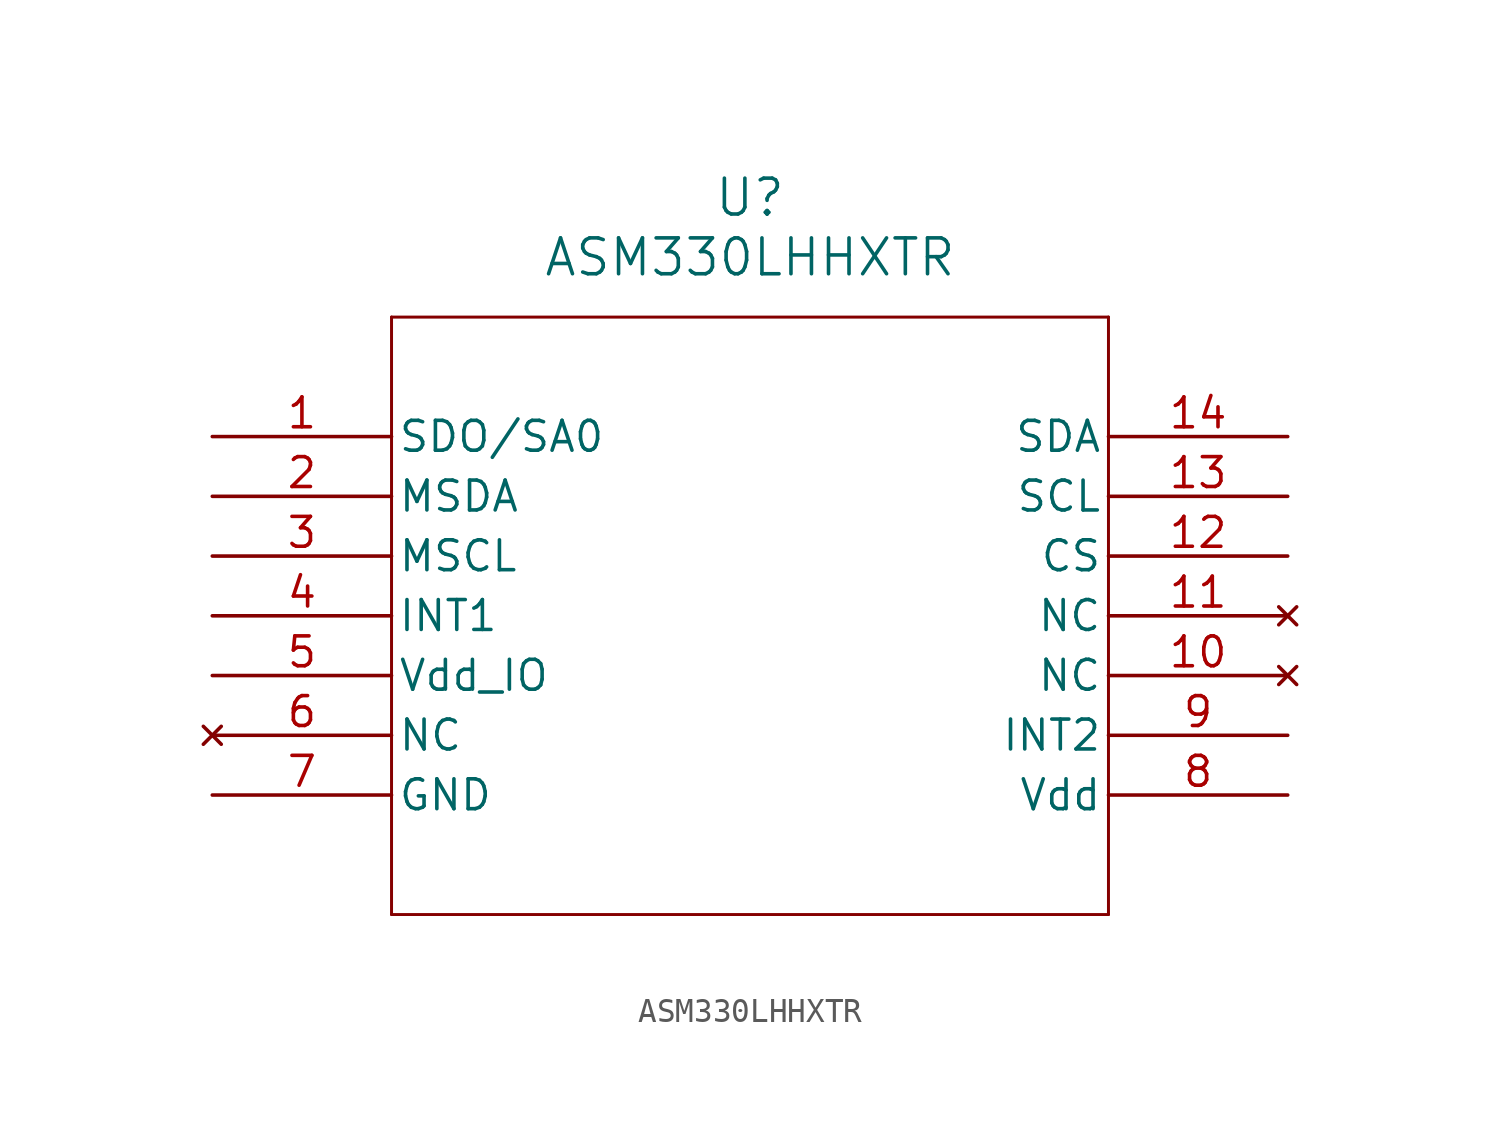
<source format=kicad_sym>
(kicad_symbol_lib
  (version 20211014)
  (generator kicad_symbol_editor)
  (symbol "ASM330LHHXTR"
    (pin_names
      (offset 0.254))
    (property "Reference" "U"
      (at 22.86 10.16 0)
      (effects (font (size 1.524 1.524))))
    (property "Value" "ASM330LHHXTR"
      (at 22.86 7.62 0)
      (effects (font (size 1.524 1.524))))
    (symbol "ASM330LHHXTR_0_1"
      (polyline (pts (xy 7.62 5.08) (xy 7.62 -20.32)) (stroke (width 0.127) (type default) (color 0 0 0 0)) (fill (type none)))
      (polyline (pts (xy 7.62 -20.32) (xy 38.1 -20.32)) (stroke (width 0.127) (type default) (color 0 0 0 0)) (fill (type none)))
      (polyline (pts (xy 38.1 -20.32) (xy 38.1 5.08)) (stroke (width 0.127) (type default) (color 0 0 0 0)) (fill (type none)))
      (polyline (pts (xy 38.1 5.08) (xy 7.62 5.08)) (stroke (width 0.127) (type default) (color 0 0 0 0)) (fill (type none)))
      (pin unspecified line (at 0 0 0) (length 7.62) (name "SDO/SA0" (effects (font (size 1.27 1.27)))) (number "1" (effects (font (size 1.27 1.27)))))
      (pin unspecified line (at 0 -2.54 0) (length 7.62) (name "MSDA" (effects (font (size 1.27 1.27)))) (number "2" (effects (font (size 1.27 1.27)))))
      (pin unspecified line (at 0 -5.08 0) (length 7.62) (name "MSCL" (effects (font (size 1.27 1.27)))) (number "3" (effects (font (size 1.27 1.27)))))
      (pin input line (at 0 -7.62 0) (length 7.62) (name "INT1" (effects (font (size 1.27 1.27)))) (number "4" (effects (font (size 1.27 1.27)))))
      (pin power_in line (at 0 -10.16 0) (length 7.62) (name "Vdd_IO" (effects (font (size 1.27 1.27)))) (number "5" (effects (font (size 1.27 1.27)))))
      (pin no_connect line (at 0 -12.7 0) (length 7.62) (name "NC" (effects (font (size 1.27 1.27)))) (number "6" (effects (font (size 1.27 1.27)))))
      (pin power_out line (at 0 -15.24 0) (length 7.62) (name "GND" (effects (font (size 1.27 1.27)))) (number "7" (effects (font (size 1.27 1.27)))))
      (pin power_in line (at 45.72 -15.24 180) (length 7.62) (name "Vdd" (effects (font (size 1.27 1.27)))) (number "8" (effects (font (size 1.27 1.27)))))
      (pin input line (at 45.72 -12.7 180) (length 7.62) (name "INT2" (effects (font (size 1.27 1.27)))) (number "9" (effects (font (size 1.27 1.27)))))
      (pin no_connect line (at 45.72 -10.16 180) (length 7.62) (name "NC" (effects (font (size 1.27 1.27)))) (number "10" (effects (font (size 1.27 1.27)))))
      (pin no_connect line (at 45.72 -7.62 180) (length 7.62) (name "NC" (effects (font (size 1.27 1.27)))) (number "11" (effects (font (size 1.27 1.27)))))
      (pin unspecified line (at 45.72 -5.08 180) (length 7.62) (name "CS" (effects (font (size 1.27 1.27)))) (number "12" (effects (font (size 1.27 1.27)))))
      (pin unspecified line (at 45.72 -2.54 180) (length 7.62) (name "SCL" (effects (font (size 1.27 1.27)))) (number "13" (effects (font (size 1.27 1.27)))))
      (pin unspecified line (at 45.72 0 180) (length 7.62) (name "SDA" (effects (font (size 1.27 1.27)))) (number "14" (effects (font (size 1.27 1.27))))))))
</source>
